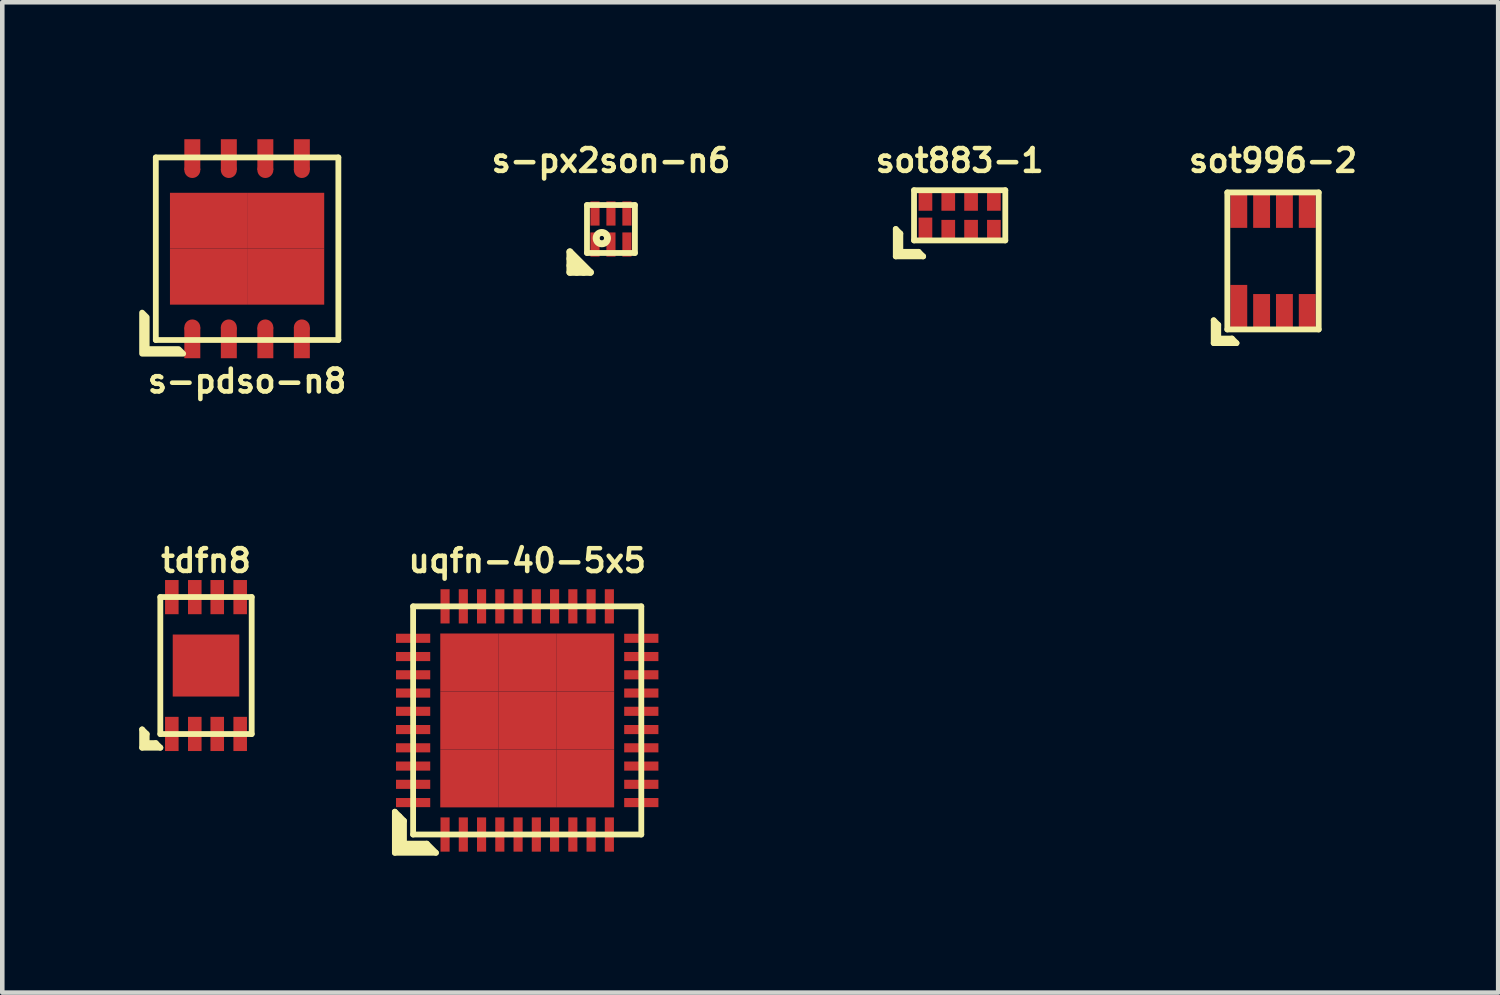
<source format=kicad_pcb>
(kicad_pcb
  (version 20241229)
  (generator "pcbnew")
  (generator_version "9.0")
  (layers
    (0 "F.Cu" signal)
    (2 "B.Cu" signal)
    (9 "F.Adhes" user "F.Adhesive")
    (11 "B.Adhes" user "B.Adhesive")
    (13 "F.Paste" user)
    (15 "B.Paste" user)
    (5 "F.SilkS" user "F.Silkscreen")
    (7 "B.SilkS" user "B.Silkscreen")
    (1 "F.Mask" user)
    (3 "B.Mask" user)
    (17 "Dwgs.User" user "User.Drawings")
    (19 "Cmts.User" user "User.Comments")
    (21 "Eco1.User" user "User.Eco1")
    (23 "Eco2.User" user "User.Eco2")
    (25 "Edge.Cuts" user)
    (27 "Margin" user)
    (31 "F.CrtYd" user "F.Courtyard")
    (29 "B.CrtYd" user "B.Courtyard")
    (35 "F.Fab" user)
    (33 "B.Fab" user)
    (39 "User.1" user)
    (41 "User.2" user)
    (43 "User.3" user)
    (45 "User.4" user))
  (footprint "sot996-2"
    (layer "F.Cu")
    (at 24.844 2.668)
    (property "Reference" "sot996-2" (at 0 -2.2 0) (layer "F.SilkS") (effects (font (size 0.5 0.5) (thickness 0.1))))
    (attr smd)
    (fp_line (start -1.3 1.3) (end -1.2 1.4) (stroke (width 0.127) (type solid)) (layer "F.SilkS"))
    (fp_line (start -1.3 1.8) (end -1.3 1.3) (stroke (width 0.127) (type solid)) (layer "F.SilkS"))
    (fp_line (start -1.2 1.4) (end -1.2 1.7) (stroke (width 0.127) (type solid)) (layer "F.SilkS"))
    (fp_line (start -1.2 1.7) (end -0.9 1.7) (stroke (width 0.127) (type solid)) (layer "F.SilkS"))
    (fp_line (start -1.001 -1.501) (end 1.001 -1.501) (stroke (width 0.127) (type solid)) (layer "F.SilkS"))
    (fp_line (start -1.001 1.501) (end -1.001 -1.501) (stroke (width 0.127) (type solid)) (layer "F.SilkS"))
    (fp_line (start -1.001 1.501) (end 1.001 1.501) (stroke (width 0.127) (type solid)) (layer "F.SilkS"))
    (fp_line (start -0.8 1.8) (end -1.3 1.8) (stroke (width 0.127) (type solid)) (layer "F.SilkS"))
    (fp_line (start -0.8 1.8) (end -0.9 1.7) (stroke (width 0.127) (type solid)) (layer "F.SilkS"))
    (fp_line (start 1.001 -1.501) (end 1.001 1.501) (stroke (width 0.127) (type solid)) (layer "F.SilkS"))
    (pad "1" smd rect (at -0.75 1.025) (size 0.37 1) (layers "F.Cu" "F.Mask" "F.Paste"))
    (pad "2" smd rect (at -0.25 1.125) (size 0.37 0.8) (layers "F.Cu" "F.Mask" "F.Paste"))
    (pad "3" smd rect (at 0.25 1.125) (size 0.37 0.8) (layers "F.Cu" "F.Mask" "F.Paste"))
    (pad "4" smd rect (at 0.75 1.125) (size 0.37 0.8) (layers "F.Cu" "F.Mask" "F.Paste"))
    (pad "5" smd rect (at 0.75 -1.125) (size 0.37 0.8) (layers "F.Cu" "F.Mask" "F.Paste"))
    (pad "6" smd rect (at 0.25 -1.125) (size 0.37 0.8) (layers "F.Cu" "F.Mask" "F.Paste"))
    (pad "7" smd rect (at -0.25 -1.125) (size 0.37 0.8) (layers "F.Cu" "F.Mask" "F.Paste"))
    (pad "8" smd rect (at -0.75 -1.125) (size 0.37 0.8) (layers "F.Cu" "F.Mask" "F.Paste")))
  (footprint "sot883-1"
    (layer "F.Cu")
    (at 17.978 1.668)
    (property "Reference" "sot883-1" (at 0 -1.2 0) (layer "F.SilkS") (effects (font (size 0.5 0.5) (thickness 0.1))))
    (attr smd)
    (fp_line (start -1.4 0.3) (end -1.3 0.4) (stroke (width 0.127) (type solid)) (layer "F.SilkS"))
    (fp_line (start -1.4 0.9) (end -1.4 0.3) (stroke (width 0.127) (type solid)) (layer "F.SilkS"))
    (fp_line (start -1.3 0.4) (end -1.3 0.8) (stroke (width 0.127) (type solid)) (layer "F.SilkS"))
    (fp_line (start -1.3 0.8) (end -0.9 0.8) (stroke (width 0.127) (type solid)) (layer "F.SilkS"))
    (fp_line (start -1 -0.55) (end 1 -0.55) (stroke (width 0.127) (type solid)) (layer "F.SilkS"))
    (fp_line (start -1 0.55) (end -1 -0.55) (stroke (width 0.127) (type solid)) (layer "F.SilkS"))
    (fp_line (start -0.9 0.8) (end -0.8 0.9) (stroke (width 0.127) (type solid)) (layer "F.SilkS"))
    (fp_line (start -0.8 0.9) (end -1.4 0.9) (stroke (width 0.127) (type solid)) (layer "F.SilkS"))
    (fp_line (start 1 -0.55) (end 1 0.55) (stroke (width 0.127) (type solid)) (layer "F.SilkS"))
    (fp_line (start 1 0.55) (end -1 0.55) (stroke (width 0.127) (type solid)) (layer "F.SilkS"))
    (pad "1" smd rect (at -0.75 0.275) (size 0.3 0.45) (layers "F.Cu" "F.Mask" "F.Paste"))
    (pad "2" smd rect (at -0.25 0.3) (size 0.3 0.4) (layers "F.Cu" "F.Mask" "F.Paste"))
    (pad "3" smd rect (at 0.25 0.3) (size 0.3 0.4) (layers "F.Cu" "F.Mask" "F.Paste"))
    (pad "4" smd rect (at 0.75 0.3) (size 0.3 0.4) (layers "F.Cu" "F.Mask" "F.Paste"))
    (pad "5" smd rect (at 0.75 -0.3) (size 0.3 0.4) (layers "F.Cu" "F.Mask" "F.Paste"))
    (pad "6" smd rect (at 0.25 -0.3) (size 0.3 0.4) (layers "F.Cu" "F.Mask" "F.Paste"))
    (pad "7" smd rect (at -0.25 -0.3) (size 0.3 0.4) (layers "F.Cu" "F.Mask" "F.Paste"))
    (pad "8" smd rect (at -0.75 -0.3) (size 0.3 0.4) (layers "F.Cu" "F.Mask" "F.Paste")))
  (footprint "uqfn-40-5x5"
    (layer "F.Cu")
    (at 8.502 12.736)
    (property "Reference" "uqfn-40-5x5" (at 0 -3.5 0) (layer "F.SilkS") (effects (font (size 0.5 0.5) (thickness 0.1))))
    (attr smd)
    (fp_line (start -2.9 2) (end -2.9 2.9) (stroke (width 0.127) (type solid)) (layer "F.SilkS"))
    (fp_line (start -2.9 2.9) (end -2 2.9) (stroke (width 0.127) (type solid)) (layer "F.SilkS"))
    (fp_line (start -2.8 2.8) (end -2.8 2.1) (stroke (width 0.127) (type solid)) (layer "F.SilkS"))
    (fp_line (start -2.7 2.2) (end -2.9 2) (stroke (width 0.127) (type solid)) (layer "F.SilkS"))
    (fp_line (start -2.7 2.7) (end -2.7 2.2) (stroke (width 0.127) (type solid)) (layer "F.SilkS"))
    (fp_line (start -2.5 -2.5) (end 2.5 -2.5) (stroke (width 0.127) (type solid)) (layer "F.SilkS"))
    (fp_line (start -2.5 2.5) (end -2.5 -2.5) (stroke (width 0.127) (type solid)) (layer "F.SilkS"))
    (fp_line (start -2.2 2.7) (end -2.7 2.7) (stroke (width 0.127) (type solid)) (layer "F.SilkS"))
    (fp_line (start -2.2 2.8) (end -2.8 2.8) (stroke (width 0.127) (type solid)) (layer "F.SilkS"))
    (fp_line (start -2 2.9) (end -2.2 2.7) (stroke (width 0.127) (type solid)) (layer "F.SilkS"))
    (fp_line (start 2.5 -2.5) (end 2.5 2.5) (stroke (width 0.127) (type solid)) (layer "F.SilkS"))
    (fp_line (start 2.5 2.5) (end -2.5 2.5) (stroke (width 0.127) (type solid)) (layer "F.SilkS"))
    (pad "1" smd rect (at -1.8 2.5) (size 0.2 0.75) (layers "F.Cu" "F.Mask" "F.Paste"))
    (pad "2" smd rect (at -1.4 2.5) (size 0.2 0.75) (layers "F.Cu" "F.Mask" "F.Paste"))
    (pad "3" smd rect (at -1 2.5) (size 0.2 0.75) (layers "F.Cu" "F.Mask" "F.Paste"))
    (pad "4" smd rect (at -0.6 2.5) (size 0.2 0.75) (layers "F.Cu" "F.Mask" "F.Paste"))
    (pad "5" smd rect (at -0.2 2.5) (size 0.2 0.75) (layers "F.Cu" "F.Mask" "F.Paste"))
    (pad "6" smd rect (at 0.2 2.5) (size 0.2 0.75) (layers "F.Cu" "F.Mask" "F.Paste"))
    (pad "7" smd rect (at 0.6 2.5) (size 0.2 0.75) (layers "F.Cu" "F.Mask" "F.Paste"))
    (pad "8" smd rect (at 1 2.5) (size 0.2 0.75) (layers "F.Cu" "F.Mask" "F.Paste"))
    (pad "9" smd rect (at 1.4 2.5) (size 0.2 0.75) (layers "F.Cu" "F.Mask" "F.Paste"))
    (pad "10" smd rect (at 1.8 2.5) (size 0.2 0.75) (layers "F.Cu" "F.Mask" "F.Paste"))
    (pad "11" smd rect (at 2.5 1.8) (size 0.75 0.2) (layers "F.Cu" "F.Mask" "F.Paste"))
    (pad "12" smd rect (at 2.5 1.4) (size 0.75 0.2) (layers "F.Cu" "F.Mask" "F.Paste"))
    (pad "13" smd rect (at 2.5 1) (size 0.75 0.2) (layers "F.Cu" "F.Mask" "F.Paste"))
    (pad "14" smd rect (at 2.5 0.6) (size 0.75 0.2) (layers "F.Cu" "F.Mask" "F.Paste"))
    (pad "15" smd rect (at 2.5 0.2) (size 0.75 0.2) (layers "F.Cu" "F.Mask" "F.Paste"))
    (pad "16" smd rect (at 2.5 -0.2) (size 0.75 0.2) (layers "F.Cu" "F.Mask" "F.Paste"))
    (pad "17" smd rect (at 2.5 -0.6) (size 0.75 0.2) (layers "F.Cu" "F.Mask" "F.Paste"))
    (pad "18" smd rect (at 2.5 -1) (size 0.75 0.2) (layers "F.Cu" "F.Mask" "F.Paste"))
    (pad "19" smd rect (at 2.5 -1.4) (size 0.75 0.2) (layers "F.Cu" "F.Mask" "F.Paste"))
    (pad "20" smd rect (at 2.5 -1.8) (size 0.75 0.2) (layers "F.Cu" "F.Mask" "F.Paste"))
    (pad "21" smd rect (at 1.8 -2.5) (size 0.2 0.75) (layers "F.Cu" "F.Mask" "F.Paste"))
    (pad "22" smd rect (at 1.4 -2.5) (size 0.2 0.75) (layers "F.Cu" "F.Mask" "F.Paste"))
    (pad "23" smd rect (at 1 -2.5) (size 0.2 0.75) (layers "F.Cu" "F.Mask" "F.Paste"))
    (pad "24" smd rect (at 0.6 -2.5) (size 0.2 0.75) (layers "F.Cu" "F.Mask" "F.Paste"))
    (pad "25" smd rect (at 0.2 -2.5) (size 0.2 0.75) (layers "F.Cu" "F.Mask" "F.Paste"))
    (pad "26" smd rect (at -0.2 -2.5) (size 0.2 0.75) (layers "F.Cu" "F.Mask" "F.Paste"))
    (pad "27" smd rect (at -0.6 -2.5) (size 0.2 0.75) (layers "F.Cu" "F.Mask" "F.Paste"))
    (pad "28" smd rect (at -1 -2.5) (size 0.2 0.75) (layers "F.Cu" "F.Mask" "F.Paste"))
    (pad "29" smd rect (at -1.4 -2.5) (size 0.2 0.75) (layers "F.Cu" "F.Mask" "F.Paste"))
    (pad "30" smd rect (at -1.8 -2.5) (size 0.2 0.75) (layers "F.Cu" "F.Mask" "F.Paste"))
    (pad "31" smd rect (at -2.5 -1.8) (size 0.75 0.2) (layers "F.Cu" "F.Mask" "F.Paste"))
    (pad "32" smd rect (at -2.5 -1.4) (size 0.75 0.2) (layers "F.Cu" "F.Mask" "F.Paste"))
    (pad "33" smd rect (at -2.5 -1) (size 0.75 0.2) (layers "F.Cu" "F.Mask" "F.Paste"))
    (pad "34" smd rect (at -2.5 -0.6) (size 0.75 0.2) (layers "F.Cu" "F.Mask" "F.Paste"))
    (pad "35" smd rect (at -2.5 -0.2) (size 0.75 0.2) (layers "F.Cu" "F.Mask" "F.Paste"))
    (pad "36" smd rect (at -2.5 0.2) (size 0.75 0.2) (layers "F.Cu" "F.Mask" "F.Paste"))
    (pad "37" smd rect (at -2.5 0.6) (size 0.75 0.2) (layers "F.Cu" "F.Mask" "F.Paste"))
    (pad "38" smd rect (at -2.5 1) (size 0.75 0.2) (layers "F.Cu" "F.Mask" "F.Paste"))
    (pad "39" smd rect (at -2.5 1.4) (size 0.75 0.2) (layers "F.Cu" "F.Mask" "F.Paste"))
    (pad "40" smd rect (at -2.5 1.8) (size 0.75 0.2) (layers "F.Cu" "F.Mask" "F.Paste"))
    (pad "41" smd rect (at -1.27 -1.27) (size 1.27 1.27) (layers "F.Cu" "F.Mask" "F.Paste"))
    (pad "41" smd rect (at -1.27 0) (size 1.27 1.27) (layers "F.Cu" "F.Mask" "F.Paste"))
    (pad "41" smd rect (at -1.27 1.27) (size 1.27 1.27) (layers "F.Cu" "F.Mask" "F.Paste"))
    (pad "41" smd rect (at 0 -1.27) (size 1.27 1.27) (layers "F.Cu" "F.Mask" "F.Paste"))
    (pad "41" smd rect (at 0 0) (size 1.27 1.27) (layers "F.Cu" "F.Mask" "F.Paste"))
    (pad "41" smd rect (at 0 1.27) (size 1.27 1.27) (layers "F.Cu" "F.Mask" "F.Paste"))
    (pad "41" smd rect (at 1.27 -1.27) (size 1.27 1.27) (layers "F.Cu" "F.Mask" "F.Paste"))
    (pad "41" smd rect (at 1.27 0) (size 1.27 1.27) (layers "F.Cu" "F.Mask" "F.Paste"))
    (pad "41" smd rect (at 1.27 1.27) (size 1.27 1.27) (layers "F.Cu" "F.Mask" "F.Paste")))
  (footprint "s-pdso-n8"
    (layer "F.Cu")
    (at 2.364 2.4)
    (property "Reference" "s-pdso-n8" (at 0 2.9 0) (layer "F.SilkS") (effects (font (size 0.5 0.5) (thickness 0.1))))
    (attr through_hole)
    (fp_line (start -2 -2) (end 2 -2) (stroke (width 0.127) (type solid)) (layer "F.SilkS"))
    (fp_line (start -2 2) (end -2 -2) (stroke (width 0.127) (type solid)) (layer "F.SilkS"))
    (fp_line (start 2 -2) (end 2 2) (stroke (width 0.127) (type solid)) (layer "F.SilkS"))
    (fp_line (start 2 2) (end -2 2) (stroke (width 0.127) (type solid)) (layer "F.SilkS"))
    (fp_poly (pts (xy -2.2 1.5) (xy -2.2 2.2) (xy -1.5 2.2) (xy -1.4 2.3) (xy -2.3 2.3) (xy -2.3 1.4)) (stroke (width 0.127) (type solid)) (fill yes) (layer "F.SilkS"))
    (pad "1" smd circle (at -1.2 1.725) (size 0.35 0.35) (layers "F.Cu" "F.Mask" "F.Paste"))
    (pad "1" smd rect (at -1.2 2.062) (size 0.35 0.675) (layers "F.Cu" "F.Mask" "F.Paste"))
    (pad "2" smd circle (at -0.4 1.725) (size 0.35 0.35) (layers "F.Cu" "F.Mask" "F.Paste"))
    (pad "2" smd rect (at -0.4 2.062) (size 0.35 0.675) (layers "F.Cu" "F.Mask" "F.Paste"))
    (pad "3" smd circle (at 0.4 1.725) (size 0.35 0.35) (layers "F.Cu" "F.Mask" "F.Paste"))
    (pad "3" smd rect (at 0.4 2.062) (size 0.35 0.675) (layers "F.Cu" "F.Mask" "F.Paste"))
    (pad "4" smd circle (at 1.2 1.725) (size 0.35 0.35) (layers "F.Cu" "F.Mask" "F.Paste"))
    (pad "4" smd rect (at 1.2 2.062) (size 0.35 0.675) (layers "F.Cu" "F.Mask" "F.Paste"))
    (pad "5" smd rect (at 1.2 -2.062) (size 0.35 0.675) (layers "F.Cu" "F.Mask" "F.Paste"))
    (pad "5" smd circle (at 1.2 -1.725) (size 0.35 0.35) (layers "F.Cu" "F.Mask" "F.Paste"))
    (pad "6" smd rect (at 0.4 -2.062) (size 0.35 0.675) (layers "F.Cu" "F.Mask" "F.Paste"))
    (pad "6" smd circle (at 0.4 -1.725) (size 0.35 0.35) (layers "F.Cu" "F.Mask" "F.Paste"))
    (pad "7" smd rect (at -0.4 -2.062) (size 0.35 0.675) (layers "F.Cu" "F.Mask" "F.Paste"))
    (pad "7" smd circle (at -0.4 -1.725) (size 0.35 0.35) (layers "F.Cu" "F.Mask" "F.Paste"))
    (pad "8" smd rect (at -1.2 -2.062) (size 0.35 0.675) (layers "F.Cu" "F.Mask" "F.Paste"))
    (pad "8" smd circle (at -1.2 -1.725) (size 0.35 0.35) (layers "F.Cu" "F.Mask" "F.Paste"))
    (pad "9" smd rect (at -0.845 -0.613) (size 1.69 1.225) (layers "F.Cu" "F.Mask" "F.Paste"))
    (pad "9" smd rect (at -0.845 0.613) (size 1.69 1.225) (layers "F.Cu" "F.Mask" "F.Paste"))
    (pad "9" smd rect (at 0.845 -0.613) (size 1.69 1.225) (layers "F.Cu" "F.Mask" "F.Paste"))
    (pad "9" smd rect (at 0.845 0.613) (size 1.69 1.225) (layers "F.Cu" "F.Mask" "F.Paste")))
  (footprint "s-px2son-n6"
    (layer "F.Cu")
    (at 10.337 1.968)
    (property "Reference" "s-px2son-n6" (at 0 -1.5 0) (layer "F.SilkS") (effects (font (size 0.5 0.5) (thickness 0.1))))
    (attr smd)
    (fp_line (start -0.9 0.5) (end -0.9 0.95) (stroke (width 0.15) (type solid)) (layer "F.SilkS"))
    (fp_line (start -0.9 0.95) (end -0.45 0.95) (stroke (width 0.15) (type solid)) (layer "F.SilkS"))
    (fp_line (start -0.75 0.95) (end -0.9 0.8) (stroke (width 0.15) (type solid)) (layer "F.SilkS"))
    (fp_line (start -0.6 0.95) (end -0.9 0.65) (stroke (width 0.15) (type solid)) (layer "F.SilkS"))
    (fp_line (start -0.525 -0.525) (end 0.525 -0.525) (stroke (width 0.127) (type solid)) (layer "F.SilkS"))
    (fp_line (start -0.525 0.525) (end -0.525 -0.525) (stroke (width 0.127) (type solid)) (layer "F.SilkS"))
    (fp_line (start -0.45 0.95) (end -0.9 0.5) (stroke (width 0.15) (type solid)) (layer "F.SilkS"))
    (fp_line (start 0.525 -0.525) (end 0.525 0.525) (stroke (width 0.127) (type solid)) (layer "F.SilkS"))
    (fp_line (start 0.525 0.525) (end -0.525 0.525) (stroke (width 0.127) (type solid)) (layer "F.SilkS"))
    (fp_circle (center -0.2 0.2) (end -0.15 0.2) (stroke (width 0.15) (type solid)) (fill no) (layer "F.SilkS"))
    (fp_circle (center -0.2 0.2) (end -0.08 0.2) (stroke (width 0.127) (type solid)) (fill no) (layer "F.SilkS"))
    (pad "1" smd rect (at -0.35 0.34) (size 0.2 0.53) (layers "F.Cu" "F.Mask" "F.Paste"))
    (pad "2" smd rect (at 0 0.34) (size 0.2 0.53) (layers "F.Cu" "F.Mask" "F.Paste"))
    (pad "3" smd rect (at 0.35 0.34) (size 0.2 0.53) (layers "F.Cu" "F.Mask" "F.Paste"))
    (pad "4" smd rect (at 0.35 -0.34) (size 0.2 0.53) (layers "F.Cu" "F.Mask" "F.Paste"))
    (pad "5" smd rect (at 0 -0.34) (size 0.2 0.53) (layers "F.Cu" "F.Mask" "F.Paste"))
    (pad "6" smd rect (at -0.35 -0.34) (size 0.2 0.53) (layers "F.Cu" "F.Mask" "F.Paste")))
  (footprint "tdfn8"
    (layer "F.Cu")
    (at 1.464 11.533)
    (property "Reference" "tdfn8" (at 0 -2.299 0) (layer "F.SilkS") (effects (font (size 0.5 0.5) (thickness 0.099))))
    (attr smd)
    (fp_line (start -1.4 1.8) (end -1.4 1.4) (stroke (width 0.127) (type solid)) (layer "F.SilkS"))
    (fp_line (start -1.3 1.5) (end -1.4 1.4) (stroke (width 0.127) (type solid)) (layer "F.SilkS"))
    (fp_line (start -1.3 1.7) (end -1.3 1.5) (stroke (width 0.127) (type solid)) (layer "F.SilkS"))
    (fp_line (start -1.3 1.7) (end -1.1 1.7) (stroke (width 0.127) (type solid)) (layer "F.SilkS"))
    (fp_line (start -1.1 1.7) (end -1 1.8) (stroke (width 0.127) (type solid)) (layer "F.SilkS"))
    (fp_line (start -1.001 -1.501) (end 1.001 -1.501) (stroke (width 0.127) (type solid)) (layer "F.SilkS"))
    (fp_line (start -1.001 1.501) (end -1.001 -1.501) (stroke (width 0.127) (type solid)) (layer "F.SilkS"))
    (fp_line (start -1.001 1.501) (end 1.001 1.501) (stroke (width 0.127) (type solid)) (layer "F.SilkS"))
    (fp_line (start -1 1.8) (end -1.4 1.8) (stroke (width 0.127) (type solid)) (layer "F.SilkS"))
    (fp_line (start 1.001 -1.501) (end 1.001 1.501) (stroke (width 0.127) (type solid)) (layer "F.SilkS"))
    (pad "1" smd rect (at -0.749 1.499) (size 0.297 0.749) (layers "F.Cu" "F.Mask" "F.Paste"))
    (pad "2" smd rect (at -0.246 1.499) (size 0.297 0.749) (layers "F.Cu" "F.Mask" "F.Paste"))
    (pad "3" smd rect (at 0.246 1.499) (size 0.297 0.749) (layers "F.Cu" "F.Mask" "F.Paste"))
    (pad "4" smd rect (at 0.749 1.499) (size 0.297 0.749) (layers "F.Cu" "F.Mask" "F.Paste"))
    (pad "5" smd rect (at 0.749 -1.499) (size 0.297 0.749) (layers "F.Cu" "F.Mask" "F.Paste"))
    (pad "6" smd rect (at 0.246 -1.499) (size 0.297 0.749) (layers "F.Cu" "F.Mask" "F.Paste"))
    (pad "7" smd rect (at -0.246 -1.499) (size 0.297 0.749) (layers "F.Cu" "F.Mask" "F.Paste"))
    (pad "8" smd rect (at -0.749 -1.499) (size 0.297 0.749) (layers "F.Cu" "F.Mask" "F.Paste"))
    (pad "9" smd rect (at 0 0) (size 1.458 1.359) (layers "F.Cu" "F.Mask" "F.Paste")))
  (gr_rect
    (start -3 -3)
    (end 29.778 18.7)
    (stroke (width 0.1) (type default))
    (fill no)
    (layer "Edge.Cuts")))
</source>
